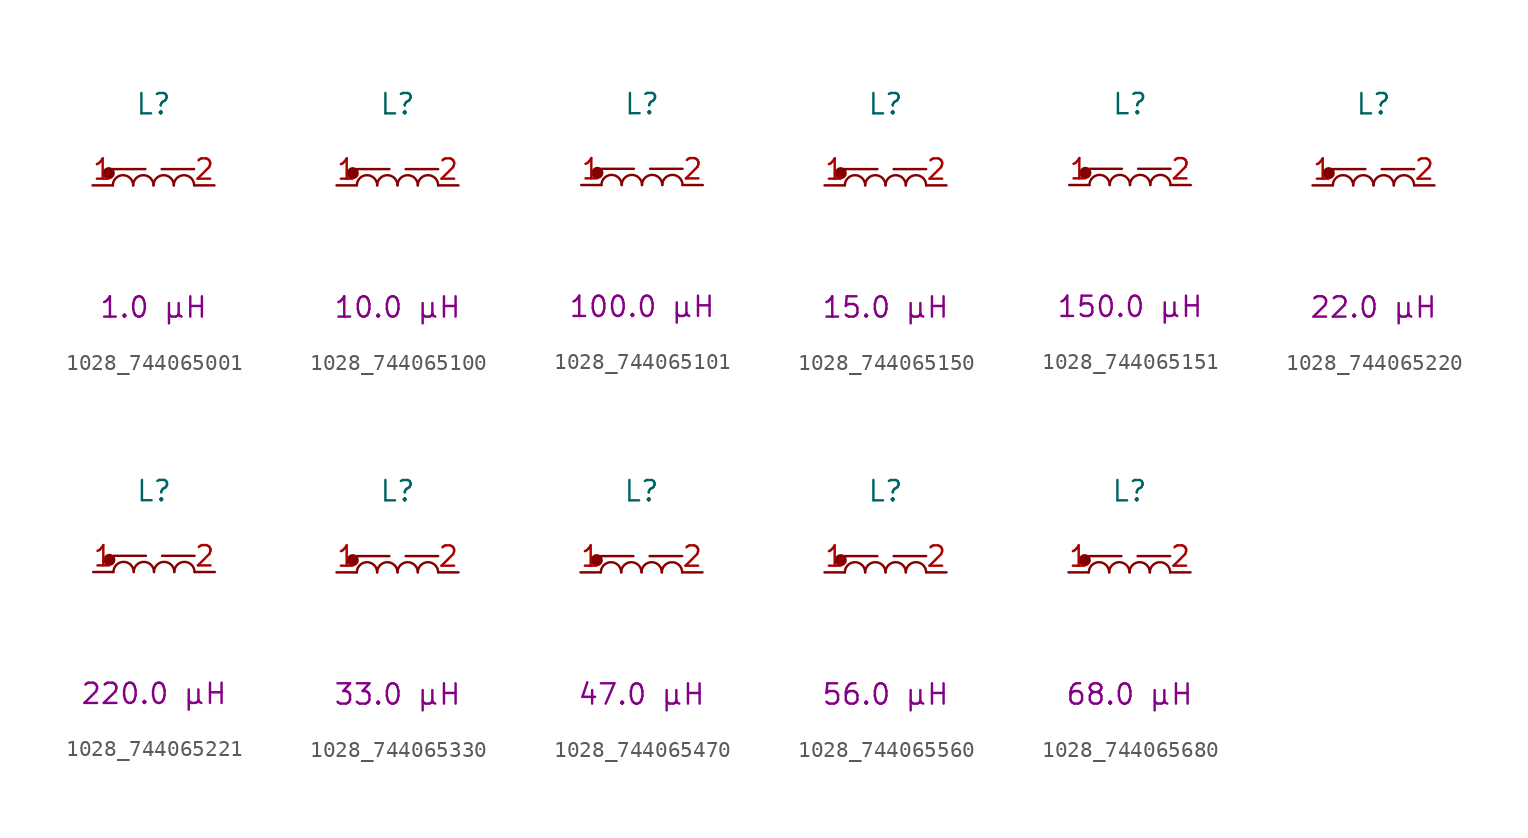
<source format=kicad_sym>
(kicad_symbol_lib
  (version 20220914)
  (generator kicad_symbol_editor)
  (symbol "1028_744065001"
    (pin_names hide)
    (property "Reference" "L"
      (at 0 5.08 0)
      (effects (font (size 1.27 1.27))))
    (property "Critical Parameter" "1.0 µH"
      (at 0 -7.62 0)
      (effects (font (size 1.27 1.27))))
    (symbol "1028_744065001_0_1"
      (arc (start -1.27 0) (mid -1.905 0.6323) (end -2.54 0) (stroke (width 0) (type default)) (fill (type none)))
      (arc (start 0 0) (mid -0.635 0.6323) (end -1.27 0) (stroke (width 0) (type default)) (fill (type none)))
      (polyline (pts (xy -2.54 1.016) (xy -0.508 1.016)) (stroke (width 0) (type default)) (fill (type none)))
      (arc (start 1.27 0) (mid 0.635 0.6323) (end 0 0) (stroke (width 0) (type default)) (fill (type none)))
      (arc (start 2.54 0) (mid 1.905 0.6323) (end 1.27 0) (stroke (width 0) (type default)) (fill (type none))))
    (symbol "1028_744065001_1_1"
      (circle (center -2.794 0.762) (radius 0.0001) (stroke (width 0.381) (type default)) (fill (type none)))
      (polyline (pts (xy 2.54 1.016) (xy 0.508 1.016)) (stroke (width 0) (type default)) (fill (type none)))
      (pin passive line (at -3.81 0 0) (length 1.27) (name "1" (effects (font (size 1.27 1.27)))) (number "1" (effects (font (size 1.27 1.27)))))
      (pin passive line (at 3.81 0 180) (length 1.27) (name "2" (effects (font (size 1.27 1.27)))) (number "2" (effects (font (size 1.27 1.27)))))))
  (symbol "1028_744065100"
    (pin_names hide)
    (property "Reference" "L"
      (at 0 5.08 0)
      (effects (font (size 1.27 1.27))))
    (property "Critical Parameter" "10.0 µH"
      (at 0 -7.62 0)
      (effects (font (size 1.27 1.27))))
    (symbol "1028_744065100_0_1"
      (arc (start -1.27 0) (mid -1.905 0.6323) (end -2.54 0) (stroke (width 0) (type default)) (fill (type none)))
      (arc (start 0 0) (mid -0.635 0.6323) (end -1.27 0) (stroke (width 0) (type default)) (fill (type none)))
      (polyline (pts (xy -2.54 1.016) (xy -0.508 1.016)) (stroke (width 0) (type default)) (fill (type none)))
      (arc (start 1.27 0) (mid 0.635 0.6323) (end 0 0) (stroke (width 0) (type default)) (fill (type none)))
      (arc (start 2.54 0) (mid 1.905 0.6323) (end 1.27 0) (stroke (width 0) (type default)) (fill (type none))))
    (symbol "1028_744065100_1_1"
      (circle (center -2.794 0.762) (radius 0.0001) (stroke (width 0.381) (type default)) (fill (type none)))
      (polyline (pts (xy 2.54 1.016) (xy 0.508 1.016)) (stroke (width 0) (type default)) (fill (type none)))
      (pin passive line (at -3.81 0 0) (length 1.27) (name "1" (effects (font (size 1.27 1.27)))) (number "1" (effects (font (size 1.27 1.27)))))
      (pin passive line (at 3.81 0 180) (length 1.27) (name "2" (effects (font (size 1.27 1.27)))) (number "2" (effects (font (size 1.27 1.27)))))))
  (symbol "1028_744065101"
    (pin_names hide)
    (property "Reference" "L"
      (at 0 5.08 0)
      (effects (font (size 1.27 1.27))))
    (property "Critical Parameter" "100.0 µH"
      (at 0 -7.62 0)
      (effects (font (size 1.27 1.27))))
    (symbol "1028_744065101_0_1"
      (arc (start -1.27 0) (mid -1.905 0.6323) (end -2.54 0) (stroke (width 0) (type default)) (fill (type none)))
      (arc (start 0 0) (mid -0.635 0.6323) (end -1.27 0) (stroke (width 0) (type default)) (fill (type none)))
      (polyline (pts (xy -2.54 1.016) (xy -0.508 1.016)) (stroke (width 0) (type default)) (fill (type none)))
      (arc (start 1.27 0) (mid 0.635 0.6323) (end 0 0) (stroke (width 0) (type default)) (fill (type none)))
      (arc (start 2.54 0) (mid 1.905 0.6323) (end 1.27 0) (stroke (width 0) (type default)) (fill (type none))))
    (symbol "1028_744065101_1_1"
      (circle (center -2.794 0.762) (radius 0.0001) (stroke (width 0.381) (type default)) (fill (type none)))
      (polyline (pts (xy 2.54 1.016) (xy 0.508 1.016)) (stroke (width 0) (type default)) (fill (type none)))
      (pin passive line (at -3.81 0 0) (length 1.27) (name "1" (effects (font (size 1.27 1.27)))) (number "1" (effects (font (size 1.27 1.27)))))
      (pin passive line (at 3.81 0 180) (length 1.27) (name "2" (effects (font (size 1.27 1.27)))) (number "2" (effects (font (size 1.27 1.27)))))))
  (symbol "1028_744065150"
    (pin_names hide)
    (property "Reference" "L"
      (at 0 5.08 0)
      (effects (font (size 1.27 1.27))))
    (property "Critical Parameter" "15.0 µH"
      (at 0 -7.62 0)
      (effects (font (size 1.27 1.27))))
    (symbol "1028_744065150_0_1"
      (arc (start -1.27 0) (mid -1.905 0.6323) (end -2.54 0) (stroke (width 0) (type default)) (fill (type none)))
      (arc (start 0 0) (mid -0.635 0.6323) (end -1.27 0) (stroke (width 0) (type default)) (fill (type none)))
      (polyline (pts (xy -2.54 1.016) (xy -0.508 1.016)) (stroke (width 0) (type default)) (fill (type none)))
      (arc (start 1.27 0) (mid 0.635 0.6323) (end 0 0) (stroke (width 0) (type default)) (fill (type none)))
      (arc (start 2.54 0) (mid 1.905 0.6323) (end 1.27 0) (stroke (width 0) (type default)) (fill (type none))))
    (symbol "1028_744065150_1_1"
      (circle (center -2.794 0.762) (radius 0.0001) (stroke (width 0.381) (type default)) (fill (type none)))
      (polyline (pts (xy 2.54 1.016) (xy 0.508 1.016)) (stroke (width 0) (type default)) (fill (type none)))
      (pin passive line (at -3.81 0 0) (length 1.27) (name "1" (effects (font (size 1.27 1.27)))) (number "1" (effects (font (size 1.27 1.27)))))
      (pin passive line (at 3.81 0 180) (length 1.27) (name "2" (effects (font (size 1.27 1.27)))) (number "2" (effects (font (size 1.27 1.27)))))))
  (symbol "1028_744065151"
    (pin_names hide)
    (property "Reference" "L"
      (at 0 5.08 0)
      (effects (font (size 1.27 1.27))))
    (property "Critical Parameter" "150.0 µH"
      (at 0 -7.62 0)
      (effects (font (size 1.27 1.27))))
    (symbol "1028_744065151_0_1"
      (arc (start -1.27 0) (mid -1.905 0.6323) (end -2.54 0) (stroke (width 0) (type default)) (fill (type none)))
      (arc (start 0 0) (mid -0.635 0.6323) (end -1.27 0) (stroke (width 0) (type default)) (fill (type none)))
      (polyline (pts (xy -2.54 1.016) (xy -0.508 1.016)) (stroke (width 0) (type default)) (fill (type none)))
      (arc (start 1.27 0) (mid 0.635 0.6323) (end 0 0) (stroke (width 0) (type default)) (fill (type none)))
      (arc (start 2.54 0) (mid 1.905 0.6323) (end 1.27 0) (stroke (width 0) (type default)) (fill (type none))))
    (symbol "1028_744065151_1_1"
      (circle (center -2.794 0.762) (radius 0.0001) (stroke (width 0.381) (type default)) (fill (type none)))
      (polyline (pts (xy 2.54 1.016) (xy 0.508 1.016)) (stroke (width 0) (type default)) (fill (type none)))
      (pin passive line (at -3.81 0 0) (length 1.27) (name "1" (effects (font (size 1.27 1.27)))) (number "1" (effects (font (size 1.27 1.27)))))
      (pin passive line (at 3.81 0 180) (length 1.27) (name "2" (effects (font (size 1.27 1.27)))) (number "2" (effects (font (size 1.27 1.27)))))))
  (symbol "1028_744065220"
    (pin_names hide)
    (property "Reference" "L"
      (at 0 5.08 0)
      (effects (font (size 1.27 1.27))))
    (property "Critical Parameter" "22.0 µH"
      (at 0 -7.62 0)
      (effects (font (size 1.27 1.27))))
    (symbol "1028_744065220_0_1"
      (arc (start -1.27 0) (mid -1.905 0.6323) (end -2.54 0) (stroke (width 0) (type default)) (fill (type none)))
      (arc (start 0 0) (mid -0.635 0.6323) (end -1.27 0) (stroke (width 0) (type default)) (fill (type none)))
      (polyline (pts (xy -2.54 1.016) (xy -0.508 1.016)) (stroke (width 0) (type default)) (fill (type none)))
      (arc (start 1.27 0) (mid 0.635 0.6323) (end 0 0) (stroke (width 0) (type default)) (fill (type none)))
      (arc (start 2.54 0) (mid 1.905 0.6323) (end 1.27 0) (stroke (width 0) (type default)) (fill (type none))))
    (symbol "1028_744065220_1_1"
      (circle (center -2.794 0.762) (radius 0.0001) (stroke (width 0.381) (type default)) (fill (type none)))
      (polyline (pts (xy 2.54 1.016) (xy 0.508 1.016)) (stroke (width 0) (type default)) (fill (type none)))
      (pin passive line (at -3.81 0 0) (length 1.27) (name "1" (effects (font (size 1.27 1.27)))) (number "1" (effects (font (size 1.27 1.27)))))
      (pin passive line (at 3.81 0 180) (length 1.27) (name "2" (effects (font (size 1.27 1.27)))) (number "2" (effects (font (size 1.27 1.27)))))))
  (symbol "1028_744065221"
    (pin_names hide)
    (property "Reference" "L"
      (at 0 5.08 0)
      (effects (font (size 1.27 1.27))))
    (property "Critical Parameter" "220.0 µH"
      (at 0 -7.62 0)
      (effects (font (size 1.27 1.27))))
    (symbol "1028_744065221_0_1"
      (arc (start -1.27 0) (mid -1.905 0.6323) (end -2.54 0) (stroke (width 0) (type default)) (fill (type none)))
      (arc (start 0 0) (mid -0.635 0.6323) (end -1.27 0) (stroke (width 0) (type default)) (fill (type none)))
      (polyline (pts (xy -2.54 1.016) (xy -0.508 1.016)) (stroke (width 0) (type default)) (fill (type none)))
      (arc (start 1.27 0) (mid 0.635 0.6323) (end 0 0) (stroke (width 0) (type default)) (fill (type none)))
      (arc (start 2.54 0) (mid 1.905 0.6323) (end 1.27 0) (stroke (width 0) (type default)) (fill (type none))))
    (symbol "1028_744065221_1_1"
      (circle (center -2.794 0.762) (radius 0.0001) (stroke (width 0.381) (type default)) (fill (type none)))
      (polyline (pts (xy 2.54 1.016) (xy 0.508 1.016)) (stroke (width 0) (type default)) (fill (type none)))
      (pin passive line (at -3.81 0 0) (length 1.27) (name "1" (effects (font (size 1.27 1.27)))) (number "1" (effects (font (size 1.27 1.27)))))
      (pin passive line (at 3.81 0 180) (length 1.27) (name "2" (effects (font (size 1.27 1.27)))) (number "2" (effects (font (size 1.27 1.27)))))))
  (symbol "1028_744065330"
    (pin_names hide)
    (property "Reference" "L"
      (at 0 5.08 0)
      (effects (font (size 1.27 1.27))))
    (property "Critical Parameter" "33.0 µH"
      (at 0 -7.62 0)
      (effects (font (size 1.27 1.27))))
    (symbol "1028_744065330_0_1"
      (arc (start -1.27 0) (mid -1.905 0.6323) (end -2.54 0) (stroke (width 0) (type default)) (fill (type none)))
      (arc (start 0 0) (mid -0.635 0.6323) (end -1.27 0) (stroke (width 0) (type default)) (fill (type none)))
      (polyline (pts (xy -2.54 1.016) (xy -0.508 1.016)) (stroke (width 0) (type default)) (fill (type none)))
      (arc (start 1.27 0) (mid 0.635 0.6323) (end 0 0) (stroke (width 0) (type default)) (fill (type none)))
      (arc (start 2.54 0) (mid 1.905 0.6323) (end 1.27 0) (stroke (width 0) (type default)) (fill (type none))))
    (symbol "1028_744065330_1_1"
      (circle (center -2.794 0.762) (radius 0.0001) (stroke (width 0.381) (type default)) (fill (type none)))
      (polyline (pts (xy 2.54 1.016) (xy 0.508 1.016)) (stroke (width 0) (type default)) (fill (type none)))
      (pin passive line (at -3.81 0 0) (length 1.27) (name "1" (effects (font (size 1.27 1.27)))) (number "1" (effects (font (size 1.27 1.27)))))
      (pin passive line (at 3.81 0 180) (length 1.27) (name "2" (effects (font (size 1.27 1.27)))) (number "2" (effects (font (size 1.27 1.27)))))))
  (symbol "1028_744065470"
    (pin_names hide)
    (property "Reference" "L"
      (at 0 5.08 0)
      (effects (font (size 1.27 1.27))))
    (property "Critical Parameter" "47.0 µH"
      (at 0 -7.62 0)
      (effects (font (size 1.27 1.27))))
    (symbol "1028_744065470_0_1"
      (arc (start -1.27 0) (mid -1.905 0.6323) (end -2.54 0) (stroke (width 0) (type default)) (fill (type none)))
      (arc (start 0 0) (mid -0.635 0.6323) (end -1.27 0) (stroke (width 0) (type default)) (fill (type none)))
      (polyline (pts (xy -2.54 1.016) (xy -0.508 1.016)) (stroke (width 0) (type default)) (fill (type none)))
      (arc (start 1.27 0) (mid 0.635 0.6323) (end 0 0) (stroke (width 0) (type default)) (fill (type none)))
      (arc (start 2.54 0) (mid 1.905 0.6323) (end 1.27 0) (stroke (width 0) (type default)) (fill (type none))))
    (symbol "1028_744065470_1_1"
      (circle (center -2.794 0.762) (radius 0.0001) (stroke (width 0.381) (type default)) (fill (type none)))
      (polyline (pts (xy 2.54 1.016) (xy 0.508 1.016)) (stroke (width 0) (type default)) (fill (type none)))
      (pin passive line (at -3.81 0 0) (length 1.27) (name "1" (effects (font (size 1.27 1.27)))) (number "1" (effects (font (size 1.27 1.27)))))
      (pin passive line (at 3.81 0 180) (length 1.27) (name "2" (effects (font (size 1.27 1.27)))) (number "2" (effects (font (size 1.27 1.27)))))))
  (symbol "1028_744065560"
    (pin_names hide)
    (property "Reference" "L"
      (at 0 5.08 0)
      (effects (font (size 1.27 1.27))))
    (property "Critical Parameter" "56.0 µH"
      (at 0 -7.62 0)
      (effects (font (size 1.27 1.27))))
    (symbol "1028_744065560_0_1"
      (arc (start -1.27 0) (mid -1.905 0.6323) (end -2.54 0) (stroke (width 0) (type default)) (fill (type none)))
      (arc (start 0 0) (mid -0.635 0.6323) (end -1.27 0) (stroke (width 0) (type default)) (fill (type none)))
      (polyline (pts (xy -2.54 1.016) (xy -0.508 1.016)) (stroke (width 0) (type default)) (fill (type none)))
      (arc (start 1.27 0) (mid 0.635 0.6323) (end 0 0) (stroke (width 0) (type default)) (fill (type none)))
      (arc (start 2.54 0) (mid 1.905 0.6323) (end 1.27 0) (stroke (width 0) (type default)) (fill (type none))))
    (symbol "1028_744065560_1_1"
      (circle (center -2.794 0.762) (radius 0.0001) (stroke (width 0.381) (type default)) (fill (type none)))
      (polyline (pts (xy 2.54 1.016) (xy 0.508 1.016)) (stroke (width 0) (type default)) (fill (type none)))
      (pin passive line (at -3.81 0 0) (length 1.27) (name "1" (effects (font (size 1.27 1.27)))) (number "1" (effects (font (size 1.27 1.27)))))
      (pin passive line (at 3.81 0 180) (length 1.27) (name "2" (effects (font (size 1.27 1.27)))) (number "2" (effects (font (size 1.27 1.27)))))))
  (symbol "1028_744065680"
    (pin_names hide)
    (property "Reference" "L"
      (at 0 5.08 0)
      (effects (font (size 1.27 1.27))))
    (property "Critical Parameter" "68.0 µH"
      (at 0 -7.62 0)
      (effects (font (size 1.27 1.27))))
    (symbol "1028_744065680_0_1"
      (arc (start -1.27 0) (mid -1.905 0.6323) (end -2.54 0) (stroke (width 0) (type default)) (fill (type none)))
      (arc (start 0 0) (mid -0.635 0.6323) (end -1.27 0) (stroke (width 0) (type default)) (fill (type none)))
      (polyline (pts (xy -2.54 1.016) (xy -0.508 1.016)) (stroke (width 0) (type default)) (fill (type none)))
      (arc (start 1.27 0) (mid 0.635 0.6323) (end 0 0) (stroke (width 0) (type default)) (fill (type none)))
      (arc (start 2.54 0) (mid 1.905 0.6323) (end 1.27 0) (stroke (width 0) (type default)) (fill (type none))))
    (symbol "1028_744065680_1_1"
      (circle (center -2.794 0.762) (radius 0.0001) (stroke (width 0.381) (type default)) (fill (type none)))
      (polyline (pts (xy 2.54 1.016) (xy 0.508 1.016)) (stroke (width 0) (type default)) (fill (type none)))
      (pin passive line (at -3.81 0 0) (length 1.27) (name "1" (effects (font (size 1.27 1.27)))) (number "1" (effects (font (size 1.27 1.27)))))
      (pin passive line (at 3.81 0 180) (length 1.27) (name "2" (effects (font (size 1.27 1.27)))) (number "2" (effects (font (size 1.27 1.27))))))))
</source>
